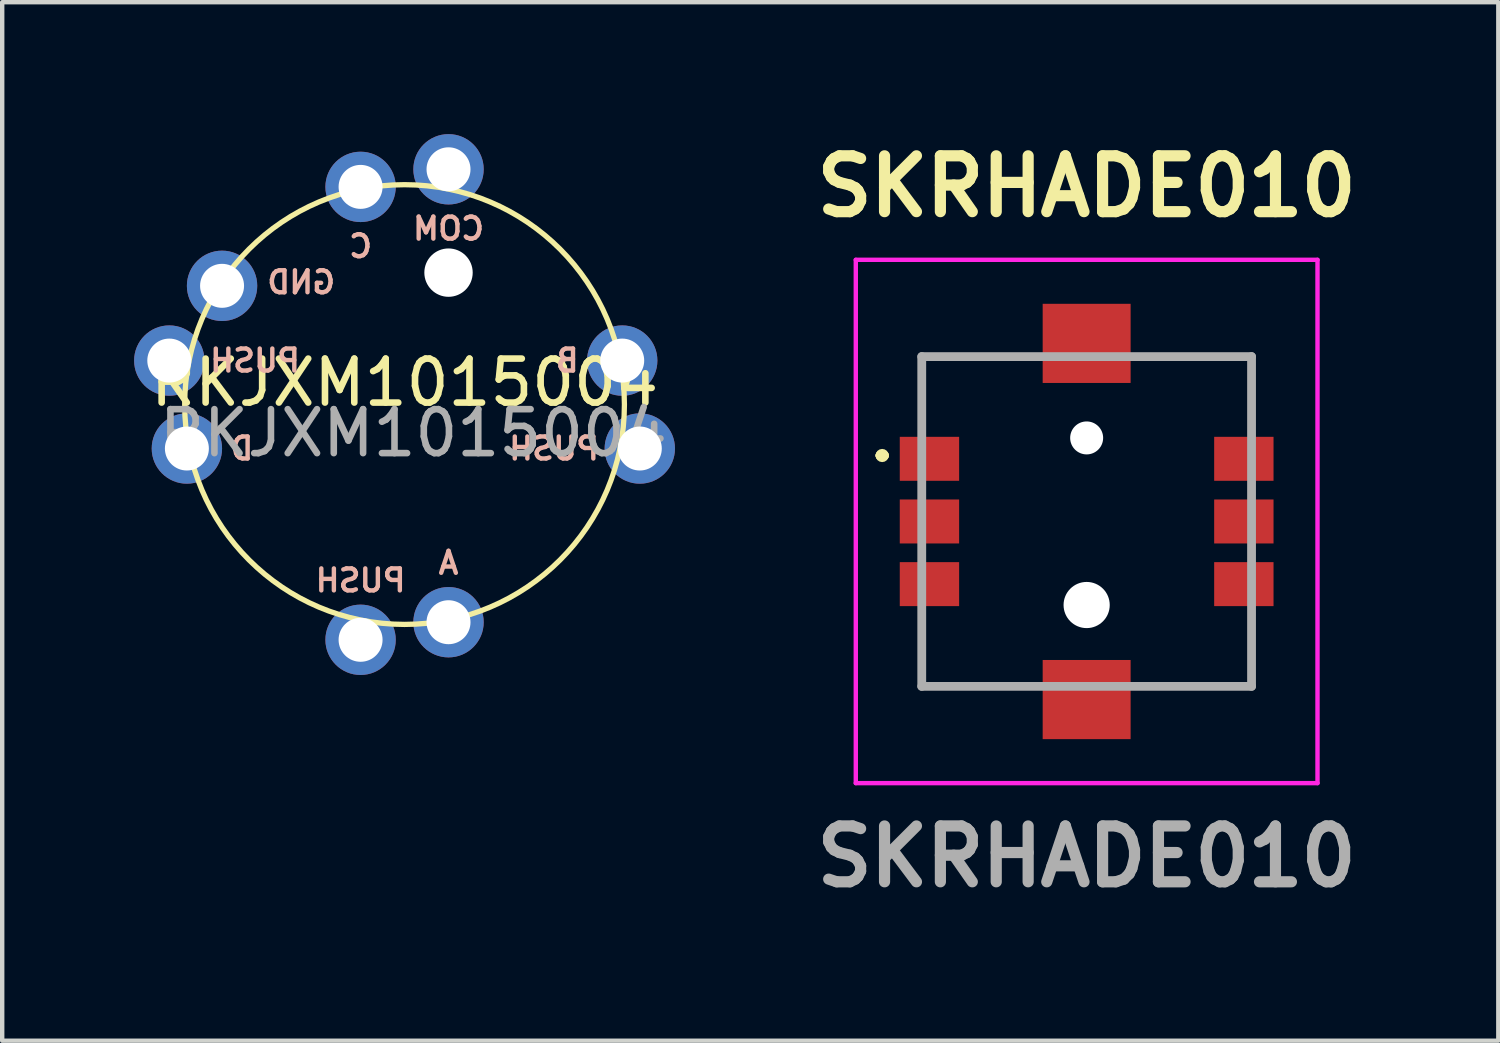
<source format=kicad_pcb>
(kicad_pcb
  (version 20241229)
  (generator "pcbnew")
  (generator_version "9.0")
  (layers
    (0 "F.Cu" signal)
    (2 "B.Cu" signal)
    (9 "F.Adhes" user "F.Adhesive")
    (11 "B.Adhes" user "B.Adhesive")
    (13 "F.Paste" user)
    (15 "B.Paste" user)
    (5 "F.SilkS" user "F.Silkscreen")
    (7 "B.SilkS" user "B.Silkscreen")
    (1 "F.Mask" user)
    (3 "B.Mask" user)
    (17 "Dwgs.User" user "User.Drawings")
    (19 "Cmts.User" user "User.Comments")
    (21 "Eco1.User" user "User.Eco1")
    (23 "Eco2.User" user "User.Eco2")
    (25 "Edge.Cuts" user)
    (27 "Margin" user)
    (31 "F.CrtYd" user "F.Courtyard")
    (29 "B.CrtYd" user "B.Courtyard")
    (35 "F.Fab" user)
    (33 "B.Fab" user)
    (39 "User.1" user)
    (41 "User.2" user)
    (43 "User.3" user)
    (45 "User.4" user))
  (footprint "RKJXM1015004"
    (layer "F.Cu")
    (at 6.15 6.15)
    (property "Reference" "RKJXM1015004" (at 0 -0.5 0) (unlocked yes) (layer "F.SilkS") (effects (font (size 1 1) (thickness 0.15))))
    (attr through_hole)
    (fp_circle (center 0 0) (end 0 -5) (stroke (width 0.12) (type solid)) (fill no) (layer "F.SilkS"))
    (fp_text user "D" (at -3.7 1 0) (unlocked yes) (layer "B.SilkS") (effects (font (size 0.5 0.5) (thickness 0.1)) (justify mirror)))
    (fp_text user "A" (at 1 3.6 0) (unlocked yes) (layer "B.SilkS") (effects (font (size 0.5 0.5) (thickness 0.1)) (justify mirror)))
    (fp_text user "COM" (at 1 -4 0) (unlocked yes) (layer "B.SilkS") (effects (font (size 0.5 0.5) (thickness 0.1)) (justify mirror)))
    (fp_text user "B" (at 3.7 -1 0) (unlocked yes) (layer "B.SilkS") (effects (font (size 0.5 0.5) (thickness 0.1)) (justify mirror)))
    (fp_text user "PUSH" (at 3.4 1 0) (unlocked yes) (layer "B.SilkS") (effects (font (size 0.5 0.5) (thickness 0.1)) (justify mirror)))
    (fp_text user "C" (at -1 -3.6 0) (unlocked yes) (layer "B.SilkS") (effects (font (size 0.5 0.5) (thickness 0.1)) (justify mirror)))
    (fp_text user "GND" (at -2.35 -2.78 0) (unlocked yes) (layer "B.SilkS") (effects (font (size 0.5 0.5) (thickness 0.1)) (justify mirror)))
    (fp_text user "PUSH" (at -1 4 0) (unlocked yes) (layer "B.SilkS") (effects (font (size 0.5 0.5) (thickness 0.1)) (justify mirror)))
    (fp_text user "PUSH" (at -3.4 -1 0) (unlocked yes) (layer "B.SilkS") (effects (font (size 0.5 0.5) (thickness 0.1)) (justify mirror)))
    (fp_text user "${REFERENCE}" (at 0.2 0.65 0) (unlocked yes) (layer "F.Fab") (effects (font (size 1 1) (thickness 0.15))))
    (pad "" np_thru_hole circle (at 1 -3) (size 1.1 1.1) (drill 1.1) (layers "*.Cu" "*.Mask"))
    (pad "1" thru_hole circle (at -4.15 -2.7) (size 1.6 1.6) (drill 1) (layers "*.Cu" "*.Mask"))
    (pad "2" thru_hole circle (at -5.35 -1) (size 1.6 1.6) (drill 1) (layers "*.Cu" "*.Mask"))
    (pad "2" thru_hole circle (at -1 5.35) (size 1.6 1.6) (drill 1) (layers "*.Cu" "*.Mask"))
    (pad "2" thru_hole circle (at 5.35 1) (size 1.6 1.6) (drill 1) (layers "*.Cu" "*.Mask"))
    (pad "3" thru_hole circle (at 1 -5.35) (size 1.6 1.6) (drill 1) (layers "*.Cu" "*.Mask"))
    (pad "4" thru_hole circle (at 1 4.95) (size 1.6 1.6) (drill 1) (layers "*.Cu" "*.Mask"))
    (pad "5" thru_hole circle (at 4.95 -1) (size 1.6 1.6) (drill 1) (layers "*.Cu" "*.Mask"))
    (pad "6" thru_hole circle (at -1 -4.95) (size 1.6 1.6) (drill 1) (layers "*.Cu" "*.Mask"))
    (pad "7" thru_hole circle (at -4.95 1) (size 1.6 1.6) (drill 1) (layers "*.Cu" "*.Mask")))
  (footprint "SKRHADE010"
    (layer "F.Cu")
    (at 21.662 8.809)
    (property "Reference" "SKRHADE010" (at 0 -7.62 0) (layer "F.SilkS") (effects (font (size 1.27 1.27) (thickness 0.254))))
    (attr through_hole)
    (fp_line (start -4.7 -1.5) (end -4.7 -1.5) (stroke (width 0.2) (type solid)) (layer "F.SilkS"))
    (fp_line (start -4.7 -1.5) (end -4.6 -1.5) (stroke (width 0.2) (type solid)) (layer "F.SilkS"))
    (fp_line (start -4.6 -1.5) (end -4.6 -1.5) (stroke (width 0.2) (type solid)) (layer "F.SilkS"))
    (fp_line (start -3.75 -3.75) (end -3.75 -3.75) (stroke (width 0.1) (type solid)) (layer "F.SilkS"))
    (fp_line (start -3.75 -3.75) (end -3.75 -3.75) (stroke (width 0.1) (type solid)) (layer "F.SilkS"))
    (fp_line (start -3.75 -3.75) (end -3.75 -2.5) (stroke (width 0.1) (type solid)) (layer "F.SilkS"))
    (fp_line (start -3.75 -3.75) (end -1.75 -3.75) (stroke (width 0.1) (type solid)) (layer "F.SilkS"))
    (fp_line (start -3.75 -2.5) (end -3.75 -3.75) (stroke (width 0.1) (type solid)) (layer "F.SilkS"))
    (fp_line (start -3.75 -2.5) (end -3.75 -2.5) (stroke (width 0.1) (type solid)) (layer "F.SilkS"))
    (fp_line (start -3.75 2.5) (end -3.75 2.5) (stroke (width 0.1) (type solid)) (layer "F.SilkS"))
    (fp_line (start -3.75 2.5) (end -3.75 3.75) (stroke (width 0.1) (type solid)) (layer "F.SilkS"))
    (fp_line (start -3.75 3.75) (end -3.75 2.5) (stroke (width 0.1) (type solid)) (layer "F.SilkS"))
    (fp_line (start -3.75 3.75) (end -3.75 3.75) (stroke (width 0.1) (type solid)) (layer "F.SilkS"))
    (fp_line (start -3.75 3.75) (end -3.75 3.75) (stroke (width 0.1) (type solid)) (layer "F.SilkS"))
    (fp_line (start -3.75 3.75) (end -1.75 3.75) (stroke (width 0.1) (type solid)) (layer "F.SilkS"))
    (fp_line (start -1.75 -3.75) (end -3.75 -3.75) (stroke (width 0.1) (type solid)) (layer "F.SilkS"))
    (fp_line (start -1.75 -3.75) (end -1.75 -3.75) (stroke (width 0.1) (type solid)) (layer "F.SilkS"))
    (fp_line (start -1.75 3.75) (end -3.75 3.75) (stroke (width 0.1) (type solid)) (layer "F.SilkS"))
    (fp_line (start -1.75 3.75) (end -1.75 3.75) (stroke (width 0.1) (type solid)) (layer "F.SilkS"))
    (fp_line (start 1.75 -3.75) (end 1.75 -3.75) (stroke (width 0.1) (type solid)) (layer "F.SilkS"))
    (fp_line (start 1.75 -3.75) (end 3.75 -3.75) (stroke (width 0.1) (type solid)) (layer "F.SilkS"))
    (fp_line (start 1.75 3.75) (end 1.75 3.75) (stroke (width 0.1) (type solid)) (layer "F.SilkS"))
    (fp_line (start 1.75 3.75) (end 3.75 3.75) (stroke (width 0.1) (type solid)) (layer "F.SilkS"))
    (fp_line (start 3.75 -3.75) (end 1.75 -3.75) (stroke (width 0.1) (type solid)) (layer "F.SilkS"))
    (fp_line (start 3.75 -3.75) (end 3.75 -3.75) (stroke (width 0.1) (type solid)) (layer "F.SilkS"))
    (fp_line (start 3.75 -3.75) (end 3.75 -3.75) (stroke (width 0.1) (type solid)) (layer "F.SilkS"))
    (fp_line (start 3.75 -3.75) (end 3.75 -2.5) (stroke (width 0.1) (type solid)) (layer "F.SilkS"))
    (fp_line (start 3.75 -2.5) (end 3.75 -3.75) (stroke (width 0.1) (type solid)) (layer "F.SilkS"))
    (fp_line (start 3.75 -2.5) (end 3.75 -2.5) (stroke (width 0.1) (type solid)) (layer "F.SilkS"))
    (fp_line (start 3.75 2.5) (end 3.75 2.5) (stroke (width 0.1) (type solid)) (layer "F.SilkS"))
    (fp_line (start 3.75 2.5) (end 3.75 3.75) (stroke (width 0.1) (type solid)) (layer "F.SilkS"))
    (fp_line (start 3.75 3.75) (end 1.75 3.75) (stroke (width 0.1) (type solid)) (layer "F.SilkS"))
    (fp_line (start 3.75 3.75) (end 3.75 2.5) (stroke (width 0.1) (type solid)) (layer "F.SilkS"))
    (fp_line (start 3.75 3.75) (end 3.75 3.75) (stroke (width 0.1) (type solid)) (layer "F.SilkS"))
    (fp_line (start 3.75 3.75) (end 3.75 3.75) (stroke (width 0.1) (type solid)) (layer "F.SilkS"))
    (fp_arc (start -4.7 -1.5) (mid -4.65 -1.55) (end -4.6 -1.5) (stroke (width 0.2) (type solid)) (layer "F.SilkS"))
    (fp_arc (start -4.6 -1.5) (mid -4.65 -1.45) (end -4.7 -1.5) (stroke (width 0.2) (type solid)) (layer "F.SilkS"))
    (fp_line (start -5.25 -5.95) (end 5.25 -5.95) (stroke (width 0.1) (type solid)) (layer "F.CrtYd"))
    (fp_line (start -5.25 5.95) (end -5.25 -5.95) (stroke (width 0.1) (type solid)) (layer "F.CrtYd"))
    (fp_line (start 5.25 -5.95) (end 5.25 5.95) (stroke (width 0.1) (type solid)) (layer "F.CrtYd"))
    (fp_line (start 5.25 5.95) (end -5.25 5.95) (stroke (width 0.1) (type solid)) (layer "F.CrtYd"))
    (fp_line (start -3.75 -3.75) (end -3.75 3.75) (stroke (width 0.2) (type solid)) (layer "F.Fab"))
    (fp_line (start -3.75 3.75) (end 3.75 3.75) (stroke (width 0.2) (type solid)) (layer "F.Fab"))
    (fp_line (start 3.75 -3.75) (end -3.75 -3.75) (stroke (width 0.2) (type solid)) (layer "F.Fab"))
    (fp_line (start 3.75 3.75) (end 3.75 -3.75) (stroke (width 0.2) (type solid)) (layer "F.Fab"))
    (fp_text user "${REFERENCE}" (at 0 7.62 0) (layer "F.Fab") (effects (font (size 1.27 1.27) (thickness 0.254))))
    (pad "" np_thru_hole circle (at 0 -1.9) (size 0.75 0.75) (drill 0.75) (layers "*.Cu" "*.Mask"))
    (pad "" np_thru_hole circle (at 0 1.9) (size 1.05 1.05) (drill 1.05) (layers "*.Cu" "*.Mask"))
    (pad "1" smd rect (at -3.575 -1.425 90) (size 1 1.35) (layers "F.Cu" "F.Mask" "F.Paste"))
    (pad "2" smd rect (at -3.575 0 90) (size 1 1.35) (layers "F.Cu" "F.Mask" "F.Paste"))
    (pad "3" smd rect (at -3.575 1.425 90) (size 1 1.35) (layers "F.Cu" "F.Mask" "F.Paste"))
    (pad "4" smd rect (at 3.575 -1.425 90) (size 1 1.35) (layers "F.Cu" "F.Mask" "F.Paste"))
    (pad "5" smd rect (at 3.575 0 90) (size 1 1.35) (layers "F.Cu" "F.Mask" "F.Paste"))
    (pad "6" smd rect (at 3.575 1.425 90) (size 1 1.35) (layers "F.Cu" "F.Mask" "F.Paste"))
    (pad "MP1" smd rect (at 0 -4.05 90) (size 1.8 2) (layers "F.Cu" "F.Mask" "F.Paste"))
    (pad "MP2" smd rect (at 0 4.05 90) (size 1.8 2) (layers "F.Cu" "F.Mask" "F.Paste")))
  (gr_rect
    (start -3 -3)
    (end 31.024 20.617)
    (stroke (width 0.1) (type default))
    (fill no)
    (layer "Edge.Cuts")))
</source>
